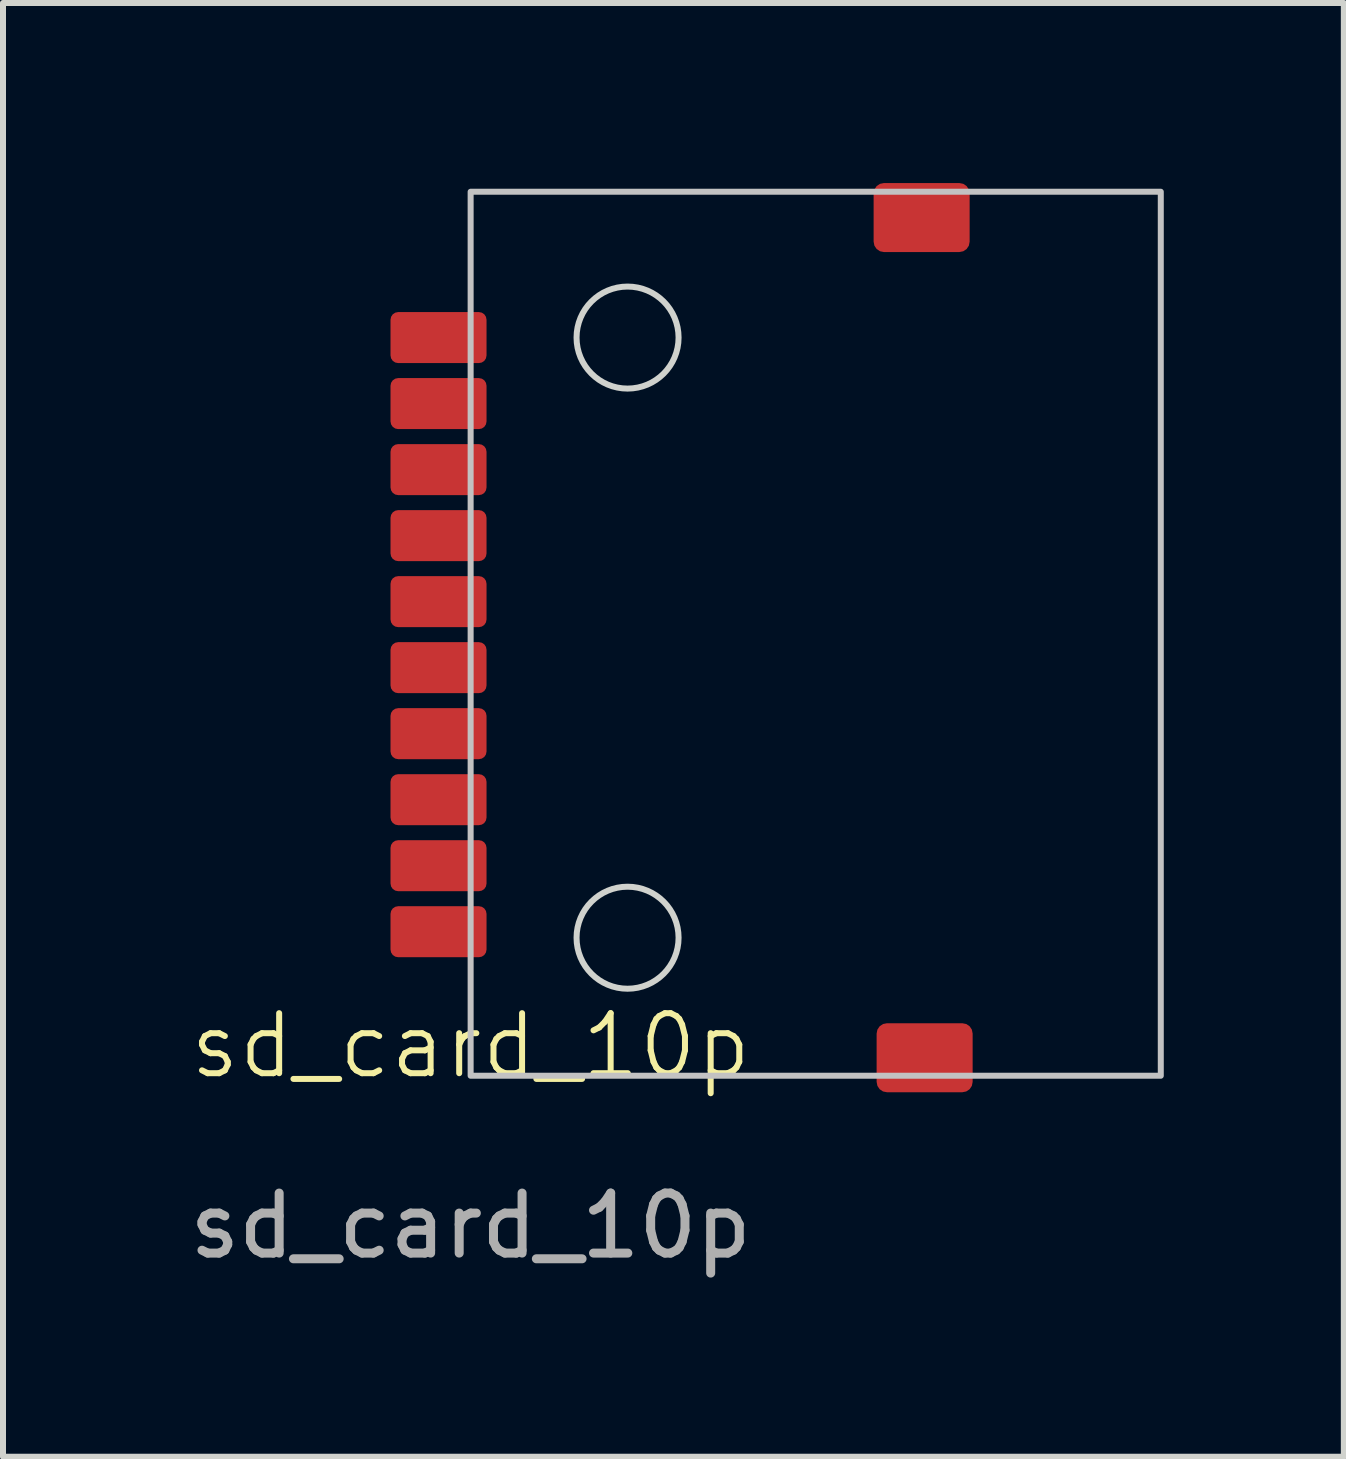
<source format=kicad_pcb>
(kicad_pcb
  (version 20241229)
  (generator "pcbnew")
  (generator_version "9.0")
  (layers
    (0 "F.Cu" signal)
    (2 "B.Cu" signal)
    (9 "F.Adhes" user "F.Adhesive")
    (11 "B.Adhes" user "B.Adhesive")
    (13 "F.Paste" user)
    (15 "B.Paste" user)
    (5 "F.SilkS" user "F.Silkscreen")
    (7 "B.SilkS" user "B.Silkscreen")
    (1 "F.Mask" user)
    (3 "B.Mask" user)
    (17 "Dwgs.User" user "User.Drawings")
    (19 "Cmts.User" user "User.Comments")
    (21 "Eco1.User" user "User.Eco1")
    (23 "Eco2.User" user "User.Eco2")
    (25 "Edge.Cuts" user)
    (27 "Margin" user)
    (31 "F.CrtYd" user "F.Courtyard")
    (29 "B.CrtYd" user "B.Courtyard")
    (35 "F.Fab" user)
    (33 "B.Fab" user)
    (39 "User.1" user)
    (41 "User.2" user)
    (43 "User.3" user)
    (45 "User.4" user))
  (footprint "sd_card_10p"
    (layer "F.Cu")
    (at 4.792 14.875)
    (property "Reference" "sd_card_10p" (at 0 -0.5 0) (unlocked yes) (layer "F.SilkS") (effects (font (size 1 1) (thickness 0.1))))
    (attr smd)
    (fp_rect (start 0 -14.73) (end 11.5 0) (stroke (width 0.1) (type solid)) (fill no) (layer "Dwgs.User"))
    (fp_circle (center 2.615 -12.3) (end 3.465 -12.3) (stroke (width 0.1) (type solid)) (fill no) (layer "Edge.Cuts"))
    (fp_circle (center 2.615 -2.3) (end 3.465 -2.3) (stroke (width 0.1) (type solid)) (fill no) (layer "Edge.Cuts"))
    (fp_text user "${REFERENCE}" (at 0 2.5 0) (unlocked yes) (layer "F.Fab") (effects (font (size 1 1) (thickness 0.15))))
    (pad "" smd roundrect (at 7.515 -14.3) (size 1.6 1.15) (layers "F.Cu" "F.Mask" "F.Paste") (roundrect_rratio 0.15))
    (pad "" smd roundrect (at 7.565 -0.3) (size 1.6 1.15) (layers "F.Cu" "F.Mask" "F.Paste") (roundrect_rratio 0.15))
    (pad "1" smd roundrect (at -0.535 -10.1) (size 1.6 0.85) (layers "F.Cu" "F.Mask" "F.Paste") (roundrect_rratio 0.15))
    (pad "2" smd roundrect (at -0.535 -9) (size 1.6 0.85) (layers "F.Cu" "F.Mask" "F.Paste") (roundrect_rratio 0.15))
    (pad "3" smd roundrect (at -0.535 -7.9) (size 1.6 0.85) (layers "F.Cu" "F.Mask" "F.Paste") (roundrect_rratio 0.15))
    (pad "4" smd roundrect (at -0.535 -6.8) (size 1.6 0.85) (layers "F.Cu" "F.Mask" "F.Paste") (roundrect_rratio 0.15))
    (pad "5" smd roundrect (at -0.535 -5.7) (size 1.6 0.85) (layers "F.Cu" "F.Mask" "F.Paste") (roundrect_rratio 0.15))
    (pad "6" smd roundrect (at -0.535 -4.6) (size 1.6 0.85) (layers "F.Cu" "F.Mask" "F.Paste") (roundrect_rratio 0.15))
    (pad "7" smd roundrect (at -0.535 -3.5) (size 1.6 0.85) (layers "F.Cu" "F.Mask" "F.Paste") (roundrect_rratio 0.15))
    (pad "8" smd roundrect (at -0.535 -2.4) (size 1.6 0.85) (layers "F.Cu" "F.Mask" "F.Paste") (roundrect_rratio 0.15))
    (pad "9" smd roundrect (at -0.535 -12.3) (size 1.6 0.85) (layers "F.Cu" "F.Mask" "F.Paste") (roundrect_rratio 0.15))
    (pad "10" smd roundrect (at -0.535 -11.2) (size 1.6 0.85) (layers "F.Cu" "F.Mask" "F.Paste") (roundrect_rratio 0.15)))
  (gr_rect
    (start -3 -3)
    (end 19.342 21.223)
    (stroke (width 0.1) (type default))
    (fill no)
    (layer "Edge.Cuts")))
</source>
